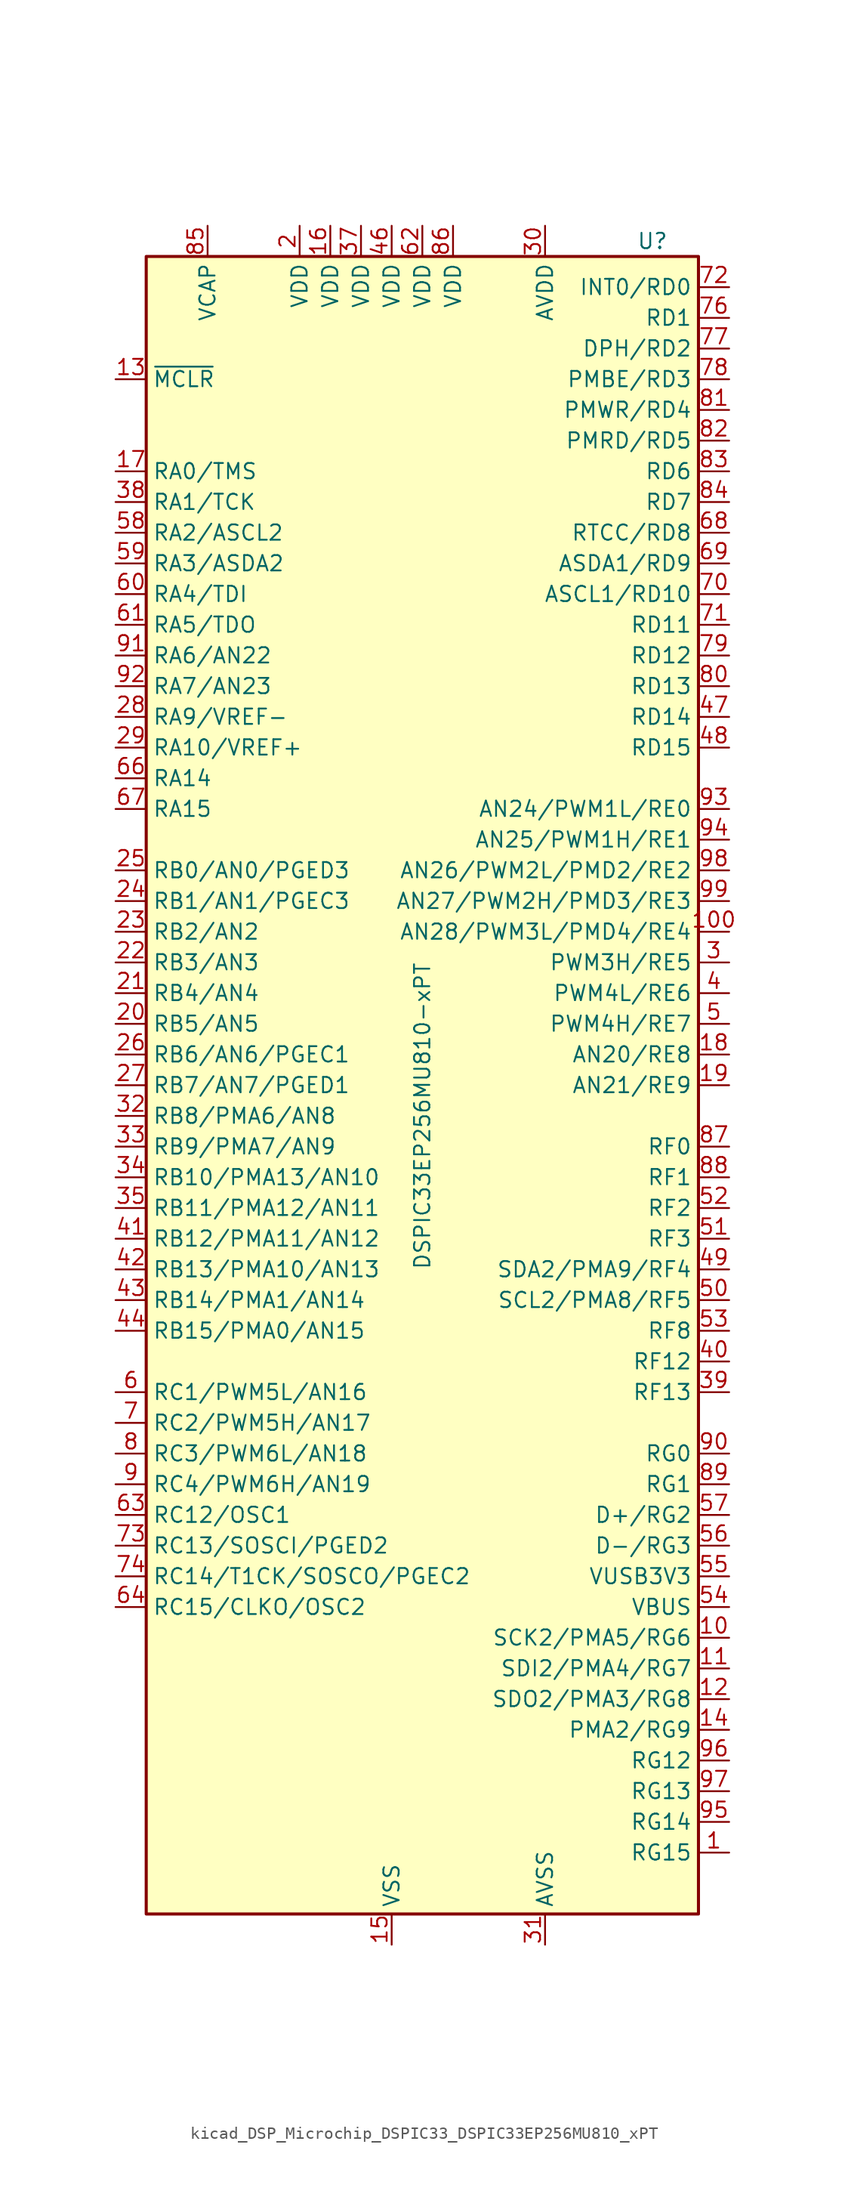
<source format=kicad_sym>
(kicad_symbol_lib
  (version 20220914)
  (generator kicad_symbol_editor)
  (symbol "kicad_DSP_Microchip_DSPIC33_DSPIC33EP256MU810_xPT"
    (property "Reference" "U"
      (at 19.05 69.85 0)
      (effects (font (size 1.27 1.27))))
    (property "Value" "DSPIC33EP256MU810-xPT"
      (at 0 -2.54 90)
      (effects (font (size 1.27 1.27))))
    (symbol "kicad_DSP_Microchip_DSPIC33_DSPIC33EP256MU810_xPT_0_1"
      (rectangle (start -22.86 68.58) (end 22.86 -68.58) (stroke (width 0.254) (type default)) (fill (type background))))
    (symbol "kicad_DSP_Microchip_DSPIC33_DSPIC33EP256MU810_xPT_1_1"
      (pin bidirectional line (at 25.4 -63.5 180) (length 2.54) (name "RG15" (effects (font (size 1.27 1.27)))) (number "1" (effects (font (size 1.27 1.27)))))
      (pin bidirectional line (at 25.4 -45.72 180) (length 2.54) (name "SCK2/PMA5/RG6" (effects (font (size 1.27 1.27)))) (number "10" (effects (font (size 1.27 1.27)))))
      (pin bidirectional line (at 25.4 12.7 180) (length 2.54) (name "AN28/PWM3L/PMD4/RE4" (effects (font (size 1.27 1.27)))) (number "100" (effects (font (size 1.27 1.27)))))
      (pin bidirectional line (at 25.4 -48.26 180) (length 2.54) (name "SDI2/PMA4/RG7" (effects (font (size 1.27 1.27)))) (number "11" (effects (font (size 1.27 1.27)))))
      (pin bidirectional line (at 25.4 -50.8 180) (length 2.54) (name "SDO2/PMA3/RG8" (effects (font (size 1.27 1.27)))) (number "12" (effects (font (size 1.27 1.27)))))
      (pin input line (at -25.4 58.42 0) (length 2.54) (name "~{MCLR}" (effects (font (size 1.27 1.27)))) (number "13" (effects (font (size 1.27 1.27)))))
      (pin bidirectional line (at 25.4 -53.34 180) (length 2.54) (name "PMA2/RG9" (effects (font (size 1.27 1.27)))) (number "14" (effects (font (size 1.27 1.27)))))
      (pin power_in line (at -2.54 -71.12 90) (length 2.54) (name "VSS" (effects (font (size 1.27 1.27)))) (number "15" (effects (font (size 1.27 1.27)))))
      (pin power_in line (at -7.62 71.12 270) (length 2.54) (name "VDD" (effects (font (size 1.27 1.27)))) (number "16" (effects (font (size 1.27 1.27)))))
      (pin bidirectional line (at -25.4 50.8 0) (length 2.54) (name "RA0/TMS" (effects (font (size 1.27 1.27)))) (number "17" (effects (font (size 1.27 1.27)))))
      (pin bidirectional line (at 25.4 2.54 180) (length 2.54) (name "AN20/RE8" (effects (font (size 1.27 1.27)))) (number "18" (effects (font (size 1.27 1.27)))))
      (pin bidirectional line (at 25.4 0 180) (length 2.54) (name "AN21/RE9" (effects (font (size 1.27 1.27)))) (number "19" (effects (font (size 1.27 1.27)))))
      (pin power_in line (at -10.16 71.12 270) (length 2.54) (name "VDD" (effects (font (size 1.27 1.27)))) (number "2" (effects (font (size 1.27 1.27)))))
      (pin bidirectional line (at -25.4 5.08 0) (length 2.54) (name "RB5/AN5" (effects (font (size 1.27 1.27)))) (number "20" (effects (font (size 1.27 1.27)))))
      (pin bidirectional line (at -25.4 7.62 0) (length 2.54) (name "RB4/AN4" (effects (font (size 1.27 1.27)))) (number "21" (effects (font (size 1.27 1.27)))))
      (pin bidirectional line (at -25.4 10.16 0) (length 2.54) (name "RB3/AN3" (effects (font (size 1.27 1.27)))) (number "22" (effects (font (size 1.27 1.27)))))
      (pin bidirectional line (at -25.4 12.7 0) (length 2.54) (name "RB2/AN2" (effects (font (size 1.27 1.27)))) (number "23" (effects (font (size 1.27 1.27)))))
      (pin bidirectional line (at -25.4 15.24 0) (length 2.54) (name "RB1/AN1/PGEC3" (effects (font (size 1.27 1.27)))) (number "24" (effects (font (size 1.27 1.27)))))
      (pin bidirectional line (at -25.4 17.78 0) (length 2.54) (name "RB0/AN0/PGED3" (effects (font (size 1.27 1.27)))) (number "25" (effects (font (size 1.27 1.27)))))
      (pin bidirectional line (at -25.4 2.54 0) (length 2.54) (name "RB6/AN6/PGEC1" (effects (font (size 1.27 1.27)))) (number "26" (effects (font (size 1.27 1.27)))))
      (pin bidirectional line (at -25.4 0 0) (length 2.54) (name "RB7/AN7/PGED1" (effects (font (size 1.27 1.27)))) (number "27" (effects (font (size 1.27 1.27)))))
      (pin bidirectional line (at -25.4 30.48 0) (length 2.54) (name "RA9/VREF-" (effects (font (size 1.27 1.27)))) (number "28" (effects (font (size 1.27 1.27)))))
      (pin bidirectional line (at -25.4 27.94 0) (length 2.54) (name "RA10/VREF+" (effects (font (size 1.27 1.27)))) (number "29" (effects (font (size 1.27 1.27)))))
      (pin bidirectional line (at 25.4 10.16 180) (length 2.54) (name "PWM3H/RE5" (effects (font (size 1.27 1.27)))) (number "3" (effects (font (size 1.27 1.27)))))
      (pin power_in line (at 10.16 71.12 270) (length 2.54) (name "AVDD" (effects (font (size 1.27 1.27)))) (number "30" (effects (font (size 1.27 1.27)))))
      (pin power_in line (at 10.16 -71.12 90) (length 2.54) (name "AVSS" (effects (font (size 1.27 1.27)))) (number "31" (effects (font (size 1.27 1.27)))))
      (pin bidirectional line (at -25.4 -2.54 0) (length 2.54) (name "RB8/PMA6/AN8" (effects (font (size 1.27 1.27)))) (number "32" (effects (font (size 1.27 1.27)))))
      (pin bidirectional line (at -25.4 -5.08 0) (length 2.54) (name "RB9/PMA7/AN9" (effects (font (size 1.27 1.27)))) (number "33" (effects (font (size 1.27 1.27)))))
      (pin bidirectional line (at -25.4 -7.62 0) (length 2.54) (name "RB10/PMA13/AN10" (effects (font (size 1.27 1.27)))) (number "34" (effects (font (size 1.27 1.27)))))
      (pin bidirectional line (at -25.4 -10.16 0) (length 2.54) (name "RB11/PMA12/AN11" (effects (font (size 1.27 1.27)))) (number "35" (effects (font (size 1.27 1.27)))))
      (pin passive line (at -2.54 -71.12 90) (length 2.54) hide (name "VSS" (effects (font (size 1.27 1.27)))) (number "36" (effects (font (size 1.27 1.27)))))
      (pin power_in line (at -5.08 71.12 270) (length 2.54) (name "VDD" (effects (font (size 1.27 1.27)))) (number "37" (effects (font (size 1.27 1.27)))))
      (pin bidirectional line (at -25.4 48.26 0) (length 2.54) (name "RA1/TCK" (effects (font (size 1.27 1.27)))) (number "38" (effects (font (size 1.27 1.27)))))
      (pin bidirectional line (at 25.4 -25.4 180) (length 2.54) (name "RF13" (effects (font (size 1.27 1.27)))) (number "39" (effects (font (size 1.27 1.27)))))
      (pin bidirectional line (at 25.4 7.62 180) (length 2.54) (name "PWM4L/RE6" (effects (font (size 1.27 1.27)))) (number "4" (effects (font (size 1.27 1.27)))))
      (pin bidirectional line (at 25.4 -22.86 180) (length 2.54) (name "RF12" (effects (font (size 1.27 1.27)))) (number "40" (effects (font (size 1.27 1.27)))))
      (pin bidirectional line (at -25.4 -12.7 0) (length 2.54) (name "RB12/PMA11/AN12" (effects (font (size 1.27 1.27)))) (number "41" (effects (font (size 1.27 1.27)))))
      (pin bidirectional line (at -25.4 -15.24 0) (length 2.54) (name "RB13/PMA10/AN13" (effects (font (size 1.27 1.27)))) (number "42" (effects (font (size 1.27 1.27)))))
      (pin bidirectional line (at -25.4 -17.78 0) (length 2.54) (name "RB14/PMA1/AN14" (effects (font (size 1.27 1.27)))) (number "43" (effects (font (size 1.27 1.27)))))
      (pin bidirectional line (at -25.4 -20.32 0) (length 2.54) (name "RB15/PMA0/AN15" (effects (font (size 1.27 1.27)))) (number "44" (effects (font (size 1.27 1.27)))))
      (pin passive line (at -2.54 -71.12 90) (length 2.54) hide (name "VSS" (effects (font (size 1.27 1.27)))) (number "45" (effects (font (size 1.27 1.27)))))
      (pin power_in line (at -2.54 71.12 270) (length 2.54) (name "VDD" (effects (font (size 1.27 1.27)))) (number "46" (effects (font (size 1.27 1.27)))))
      (pin bidirectional line (at 25.4 30.48 180) (length 2.54) (name "RD14" (effects (font (size 1.27 1.27)))) (number "47" (effects (font (size 1.27 1.27)))))
      (pin bidirectional line (at 25.4 27.94 180) (length 2.54) (name "RD15" (effects (font (size 1.27 1.27)))) (number "48" (effects (font (size 1.27 1.27)))))
      (pin bidirectional line (at 25.4 -15.24 180) (length 2.54) (name "SDA2/PMA9/RF4" (effects (font (size 1.27 1.27)))) (number "49" (effects (font (size 1.27 1.27)))))
      (pin bidirectional line (at 25.4 5.08 180) (length 2.54) (name "PWM4H/RE7" (effects (font (size 1.27 1.27)))) (number "5" (effects (font (size 1.27 1.27)))))
      (pin bidirectional line (at 25.4 -17.78 180) (length 2.54) (name "SCL2/PMA8/RF5" (effects (font (size 1.27 1.27)))) (number "50" (effects (font (size 1.27 1.27)))))
      (pin bidirectional line (at 25.4 -12.7 180) (length 2.54) (name "RF3" (effects (font (size 1.27 1.27)))) (number "51" (effects (font (size 1.27 1.27)))))
      (pin bidirectional line (at 25.4 -10.16 180) (length 2.54) (name "RF2" (effects (font (size 1.27 1.27)))) (number "52" (effects (font (size 1.27 1.27)))))
      (pin bidirectional line (at 25.4 -20.32 180) (length 2.54) (name "RF8" (effects (font (size 1.27 1.27)))) (number "53" (effects (font (size 1.27 1.27)))))
      (pin bidirectional line (at 25.4 -43.18 180) (length 2.54) (name "VBUS" (effects (font (size 1.27 1.27)))) (number "54" (effects (font (size 1.27 1.27)))))
      (pin bidirectional line (at 25.4 -40.64 180) (length 2.54) (name "VUSB3V3" (effects (font (size 1.27 1.27)))) (number "55" (effects (font (size 1.27 1.27)))))
      (pin bidirectional line (at 25.4 -38.1 180) (length 2.54) (name "D-/RG3" (effects (font (size 1.27 1.27)))) (number "56" (effects (font (size 1.27 1.27)))))
      (pin bidirectional line (at 25.4 -35.56 180) (length 2.54) (name "D+/RG2" (effects (font (size 1.27 1.27)))) (number "57" (effects (font (size 1.27 1.27)))))
      (pin bidirectional line (at -25.4 45.72 0) (length 2.54) (name "RA2/ASCL2" (effects (font (size 1.27 1.27)))) (number "58" (effects (font (size 1.27 1.27)))))
      (pin bidirectional line (at -25.4 43.18 0) (length 2.54) (name "RA3/ASDA2" (effects (font (size 1.27 1.27)))) (number "59" (effects (font (size 1.27 1.27)))))
      (pin bidirectional line (at -25.4 -25.4 0) (length 2.54) (name "RC1/PWM5L/AN16" (effects (font (size 1.27 1.27)))) (number "6" (effects (font (size 1.27 1.27)))))
      (pin bidirectional line (at -25.4 40.64 0) (length 2.54) (name "RA4/TDI" (effects (font (size 1.27 1.27)))) (number "60" (effects (font (size 1.27 1.27)))))
      (pin bidirectional line (at -25.4 38.1 0) (length 2.54) (name "RA5/TDO" (effects (font (size 1.27 1.27)))) (number "61" (effects (font (size 1.27 1.27)))))
      (pin power_in line (at 0 71.12 270) (length 2.54) (name "VDD" (effects (font (size 1.27 1.27)))) (number "62" (effects (font (size 1.27 1.27)))))
      (pin bidirectional line (at -25.4 -35.56 0) (length 2.54) (name "RC12/OSC1" (effects (font (size 1.27 1.27)))) (number "63" (effects (font (size 1.27 1.27)))))
      (pin bidirectional line (at -25.4 -43.18 0) (length 2.54) (name "RC15/CLKO/OSC2" (effects (font (size 1.27 1.27)))) (number "64" (effects (font (size 1.27 1.27)))))
      (pin passive line (at -2.54 -71.12 90) (length 2.54) hide (name "VSS" (effects (font (size 1.27 1.27)))) (number "65" (effects (font (size 1.27 1.27)))))
      (pin bidirectional line (at -25.4 25.4 0) (length 2.54) (name "RA14" (effects (font (size 1.27 1.27)))) (number "66" (effects (font (size 1.27 1.27)))))
      (pin bidirectional line (at -25.4 22.86 0) (length 2.54) (name "RA15" (effects (font (size 1.27 1.27)))) (number "67" (effects (font (size 1.27 1.27)))))
      (pin bidirectional line (at 25.4 45.72 180) (length 2.54) (name "RTCC/RD8" (effects (font (size 1.27 1.27)))) (number "68" (effects (font (size 1.27 1.27)))))
      (pin bidirectional line (at 25.4 43.18 180) (length 2.54) (name "ASDA1/RD9" (effects (font (size 1.27 1.27)))) (number "69" (effects (font (size 1.27 1.27)))))
      (pin bidirectional line (at -25.4 -27.94 0) (length 2.54) (name "RC2/PWM5H/AN17" (effects (font (size 1.27 1.27)))) (number "7" (effects (font (size 1.27 1.27)))))
      (pin bidirectional line (at 25.4 40.64 180) (length 2.54) (name "ASCL1/RD10" (effects (font (size 1.27 1.27)))) (number "70" (effects (font (size 1.27 1.27)))))
      (pin bidirectional line (at 25.4 38.1 180) (length 2.54) (name "RD11" (effects (font (size 1.27 1.27)))) (number "71" (effects (font (size 1.27 1.27)))))
      (pin bidirectional line (at 25.4 66.04 180) (length 2.54) (name "INT0/RD0" (effects (font (size 1.27 1.27)))) (number "72" (effects (font (size 1.27 1.27)))))
      (pin bidirectional line (at -25.4 -38.1 0) (length 2.54) (name "RC13/SOSCI/PGED2" (effects (font (size 1.27 1.27)))) (number "73" (effects (font (size 1.27 1.27)))))
      (pin bidirectional line (at -25.4 -40.64 0) (length 2.54) (name "RC14/T1CK/SOSCO/PGEC2" (effects (font (size 1.27 1.27)))) (number "74" (effects (font (size 1.27 1.27)))))
      (pin passive line (at -2.54 -71.12 90) (length 2.54) hide (name "VSS" (effects (font (size 1.27 1.27)))) (number "75" (effects (font (size 1.27 1.27)))))
      (pin bidirectional line (at 25.4 63.5 180) (length 2.54) (name "RD1" (effects (font (size 1.27 1.27)))) (number "76" (effects (font (size 1.27 1.27)))))
      (pin bidirectional line (at 25.4 60.96 180) (length 2.54) (name "DPH/RD2" (effects (font (size 1.27 1.27)))) (number "77" (effects (font (size 1.27 1.27)))))
      (pin bidirectional line (at 25.4 58.42 180) (length 2.54) (name "PMBE/RD3" (effects (font (size 1.27 1.27)))) (number "78" (effects (font (size 1.27 1.27)))))
      (pin bidirectional line (at 25.4 35.56 180) (length 2.54) (name "RD12" (effects (font (size 1.27 1.27)))) (number "79" (effects (font (size 1.27 1.27)))))
      (pin bidirectional line (at -25.4 -30.48 0) (length 2.54) (name "RC3/PWM6L/AN18" (effects (font (size 1.27 1.27)))) (number "8" (effects (font (size 1.27 1.27)))))
      (pin bidirectional line (at 25.4 33.02 180) (length 2.54) (name "RD13" (effects (font (size 1.27 1.27)))) (number "80" (effects (font (size 1.27 1.27)))))
      (pin bidirectional line (at 25.4 55.88 180) (length 2.54) (name "PMWR/RD4" (effects (font (size 1.27 1.27)))) (number "81" (effects (font (size 1.27 1.27)))))
      (pin bidirectional line (at 25.4 53.34 180) (length 2.54) (name "PMRD/RD5" (effects (font (size 1.27 1.27)))) (number "82" (effects (font (size 1.27 1.27)))))
      (pin bidirectional line (at 25.4 50.8 180) (length 2.54) (name "RD6" (effects (font (size 1.27 1.27)))) (number "83" (effects (font (size 1.27 1.27)))))
      (pin bidirectional line (at 25.4 48.26 180) (length 2.54) (name "RD7" (effects (font (size 1.27 1.27)))) (number "84" (effects (font (size 1.27 1.27)))))
      (pin passive line (at -17.78 71.12 270) (length 2.54) (name "VCAP" (effects (font (size 1.27 1.27)))) (number "85" (effects (font (size 1.27 1.27)))))
      (pin power_in line (at 2.54 71.12 270) (length 2.54) (name "VDD" (effects (font (size 1.27 1.27)))) (number "86" (effects (font (size 1.27 1.27)))))
      (pin bidirectional line (at 25.4 -5.08 180) (length 2.54) (name "RF0" (effects (font (size 1.27 1.27)))) (number "87" (effects (font (size 1.27 1.27)))))
      (pin bidirectional line (at 25.4 -7.62 180) (length 2.54) (name "RF1" (effects (font (size 1.27 1.27)))) (number "88" (effects (font (size 1.27 1.27)))))
      (pin bidirectional line (at 25.4 -33.02 180) (length 2.54) (name "RG1" (effects (font (size 1.27 1.27)))) (number "89" (effects (font (size 1.27 1.27)))))
      (pin bidirectional line (at -25.4 -33.02 0) (length 2.54) (name "RC4/PWM6H/AN19" (effects (font (size 1.27 1.27)))) (number "9" (effects (font (size 1.27 1.27)))))
      (pin bidirectional line (at 25.4 -30.48 180) (length 2.54) (name "RG0" (effects (font (size 1.27 1.27)))) (number "90" (effects (font (size 1.27 1.27)))))
      (pin bidirectional line (at -25.4 35.56 0) (length 2.54) (name "RA6/AN22" (effects (font (size 1.27 1.27)))) (number "91" (effects (font (size 1.27 1.27)))))
      (pin bidirectional line (at -25.4 33.02 0) (length 2.54) (name "RA7/AN23" (effects (font (size 1.27 1.27)))) (number "92" (effects (font (size 1.27 1.27)))))
      (pin bidirectional line (at 25.4 22.86 180) (length 2.54) (name "AN24/PWM1L/RE0" (effects (font (size 1.27 1.27)))) (number "93" (effects (font (size 1.27 1.27)))))
      (pin bidirectional line (at 25.4 20.32 180) (length 2.54) (name "AN25/PWM1H/RE1" (effects (font (size 1.27 1.27)))) (number "94" (effects (font (size 1.27 1.27)))))
      (pin bidirectional line (at 25.4 -60.96 180) (length 2.54) (name "RG14" (effects (font (size 1.27 1.27)))) (number "95" (effects (font (size 1.27 1.27)))))
      (pin bidirectional line (at 25.4 -55.88 180) (length 2.54) (name "RG12" (effects (font (size 1.27 1.27)))) (number "96" (effects (font (size 1.27 1.27)))))
      (pin bidirectional line (at 25.4 -58.42 180) (length 2.54) (name "RG13" (effects (font (size 1.27 1.27)))) (number "97" (effects (font (size 1.27 1.27)))))
      (pin bidirectional line (at 25.4 17.78 180) (length 2.54) (name "AN26/PWM2L/PMD2/RE2" (effects (font (size 1.27 1.27)))) (number "98" (effects (font (size 1.27 1.27)))))
      (pin bidirectional line (at 25.4 15.24 180) (length 2.54) (name "AN27/PWM2H/PMD3/RE3" (effects (font (size 1.27 1.27)))) (number "99" (effects (font (size 1.27 1.27))))))))
</source>
